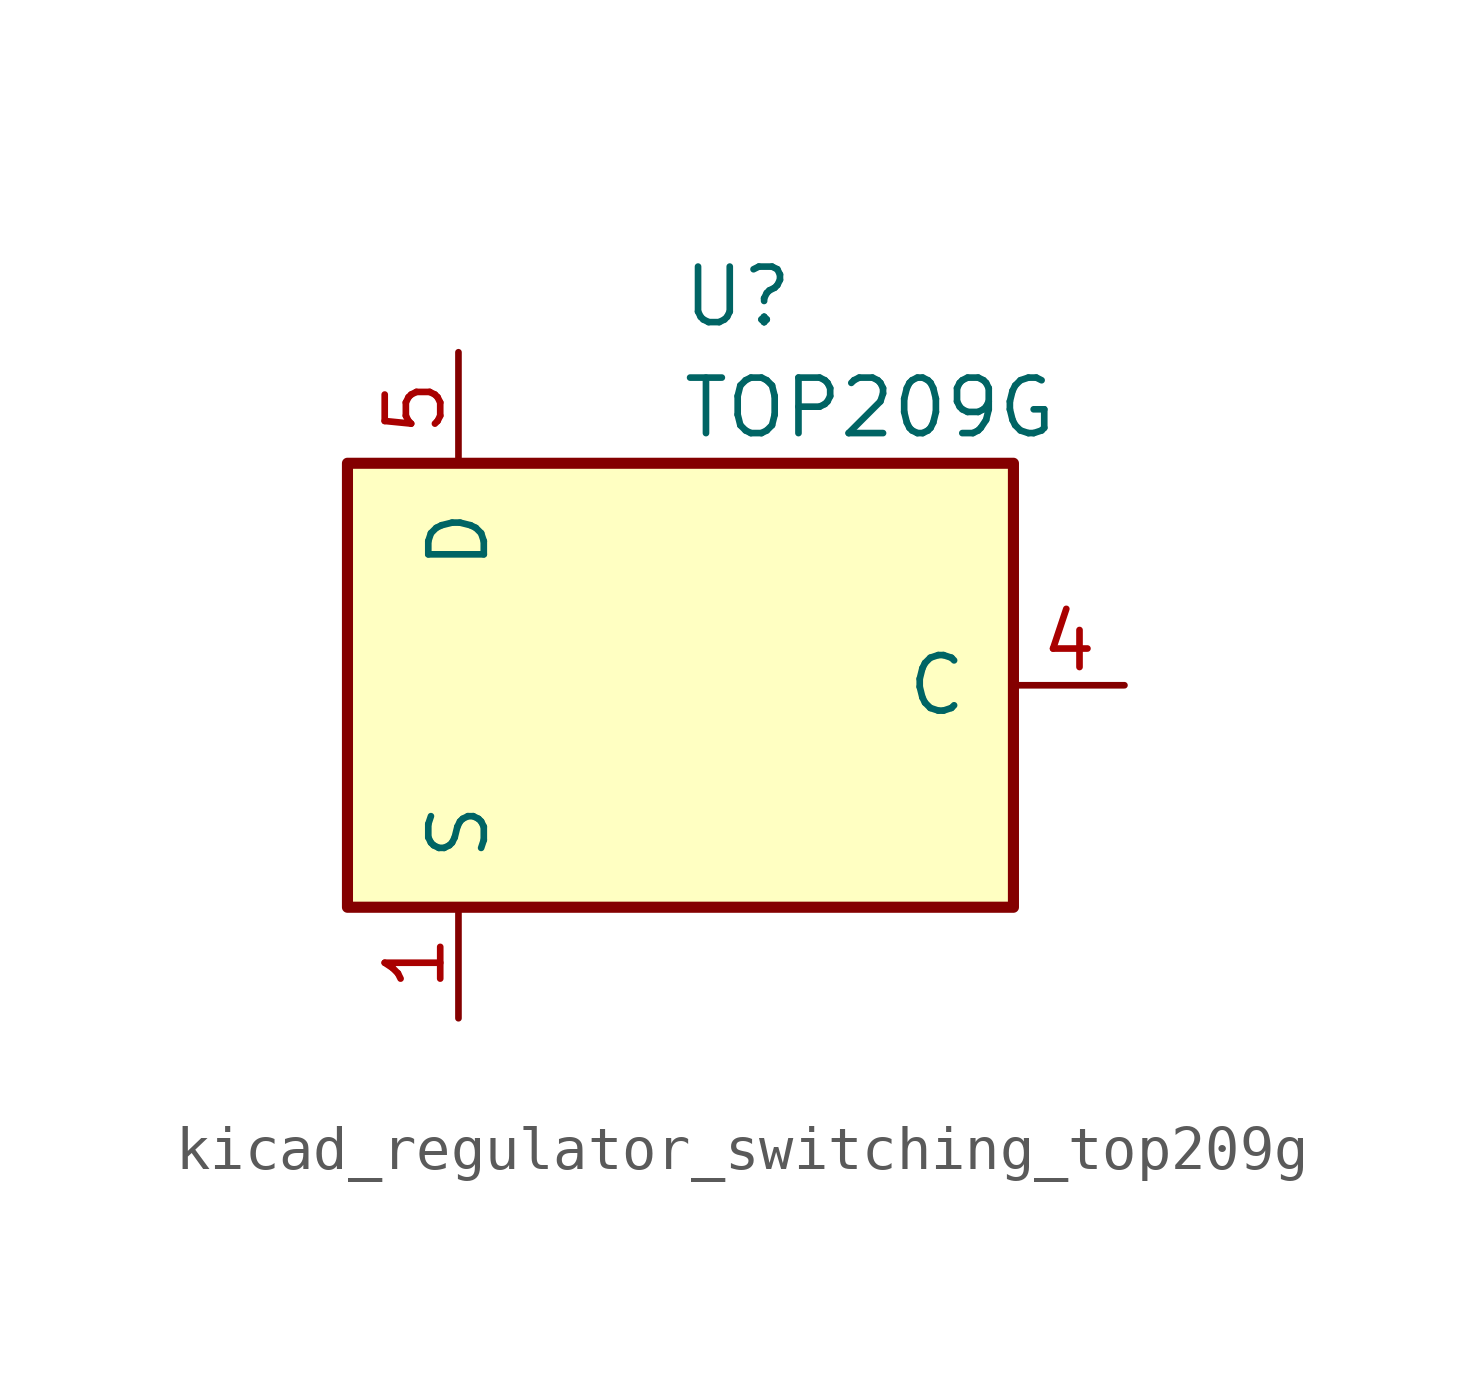
<source format=kicad_sym>
(kicad_symbol_lib
  (version 20220914)
  (generator kicad_symbol_editor)
  (symbol "kicad_regulator_switching_top209g"
    (pin_names
      (offset 1.016))
    (property "Reference" "U"
      (at 0 8.89 0)
      (effects (font (size 1.27 1.27)) (justify left)))
    (property "Value" "TOP209G"
      (at 0 6.35 0)
      (effects (font (size 1.27 1.27)) (justify left)))
    (symbol "kicad_regulator_switching_top209g_0_1"
      (rectangle (start -7.62 5.08) (end 7.62 -5.08) (stroke (width 0.254) (type default)) (fill (type background))))
    (symbol "kicad_regulator_switching_top209g_1_1"
      (pin power_in line (at -5.08 -7.62 90) (length 2.54) (name "S" (effects (font (size 1.27 1.27)))) (number "1" (effects (font (size 1.27 1.27)))))
      (pin no_connect line (at -2.54 -5.08 90) (length 2.54) hide (name "NC" (effects (font (size 1.27 1.27)))) (number "2" (effects (font (size 1.27 1.27)))))
      (pin no_connect line (at 0 -5.08 90) (length 2.54) hide (name "NC" (effects (font (size 1.27 1.27)))) (number "3" (effects (font (size 1.27 1.27)))))
      (pin input line (at 10.16 0 180) (length 2.54) (name "C" (effects (font (size 1.27 1.27)))) (number "4" (effects (font (size 1.27 1.27)))))
      (pin open_collector line (at -5.08 7.62 270) (length 2.54) (name "D" (effects (font (size 1.27 1.27)))) (number "5" (effects (font (size 1.27 1.27)))))
      (pin no_connect line (at 2.54 -5.08 90) (length 2.54) hide (name "NC" (effects (font (size 1.27 1.27)))) (number "6" (effects (font (size 1.27 1.27)))))
      (pin no_connect line (at 5.08 -5.08 90) (length 2.54) hide (name "NC" (effects (font (size 1.27 1.27)))) (number "7" (effects (font (size 1.27 1.27)))))
      (pin passive line (at -5.08 -7.62 90) (length 2.54) hide (name "S" (effects (font (size 1.27 1.27)))) (number "8" (effects (font (size 1.27 1.27))))))))
</source>
